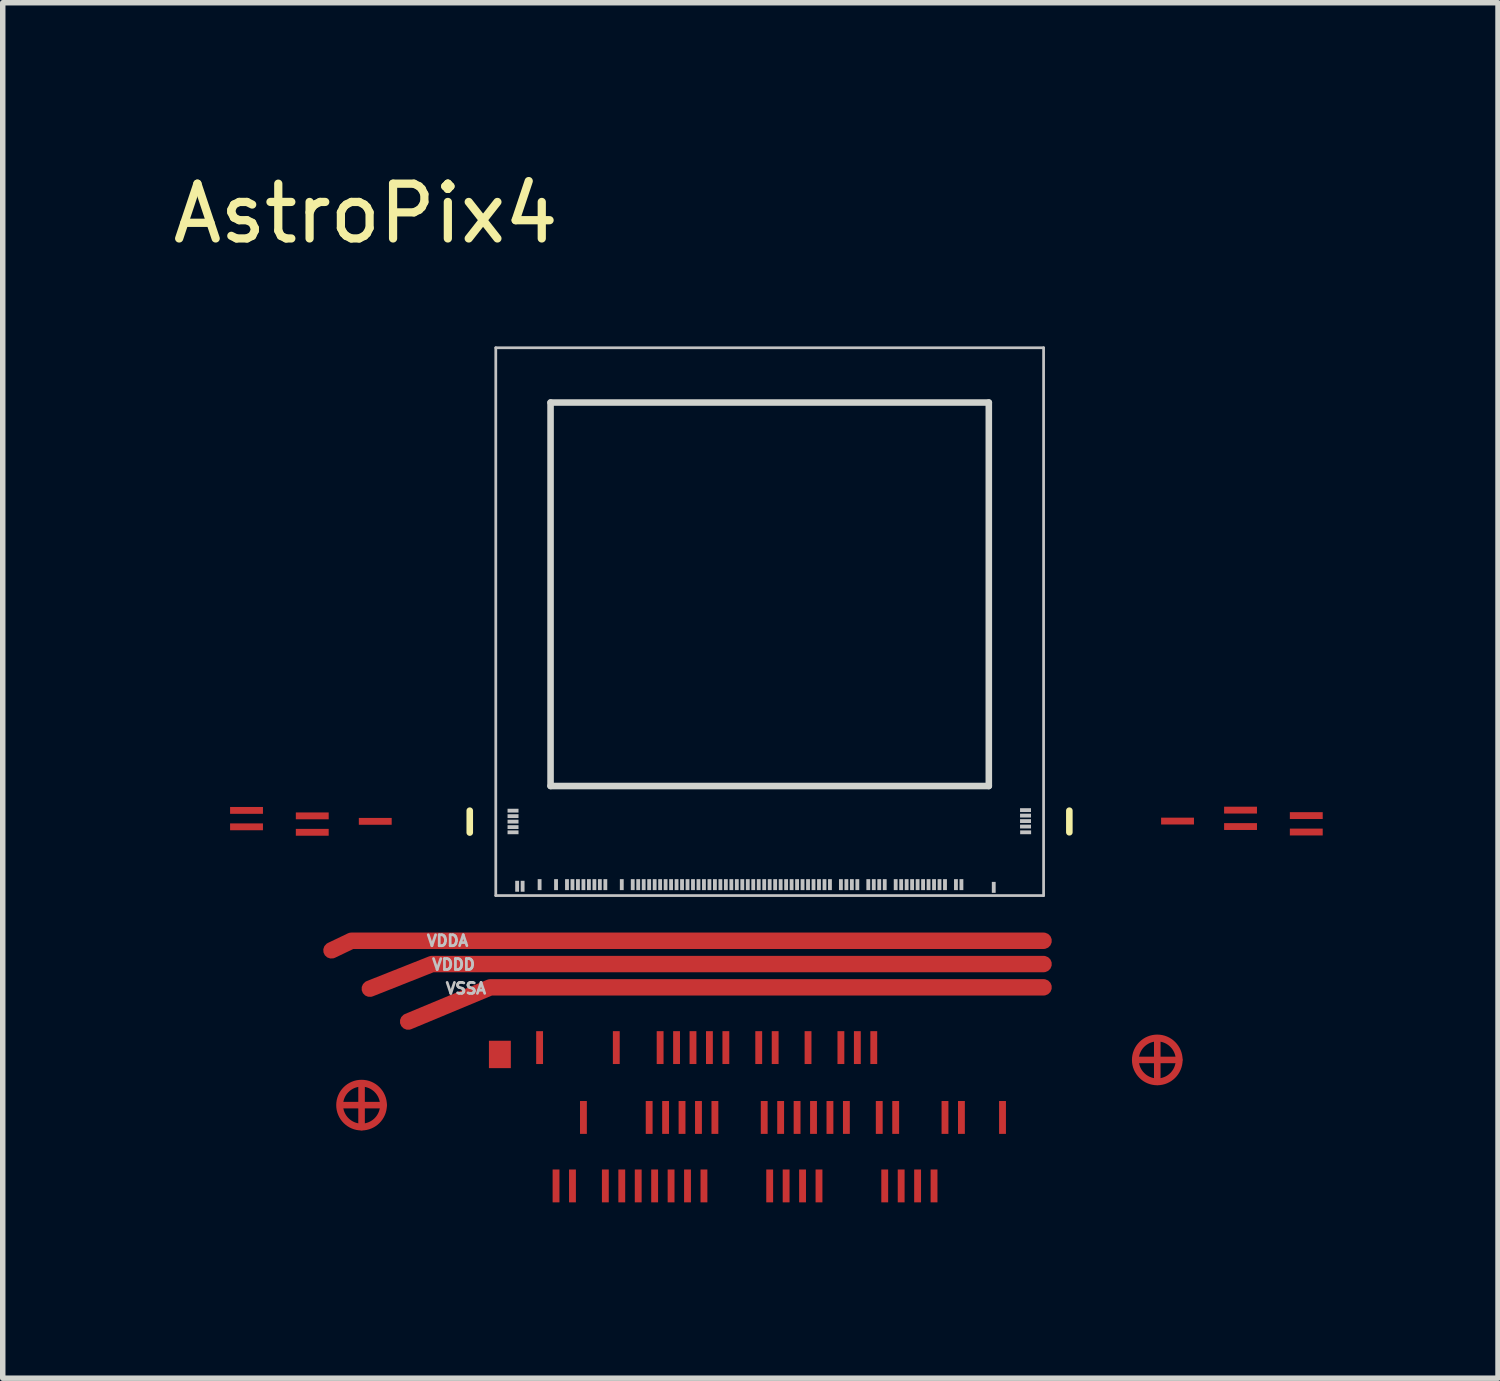
<source format=kicad_pcb>
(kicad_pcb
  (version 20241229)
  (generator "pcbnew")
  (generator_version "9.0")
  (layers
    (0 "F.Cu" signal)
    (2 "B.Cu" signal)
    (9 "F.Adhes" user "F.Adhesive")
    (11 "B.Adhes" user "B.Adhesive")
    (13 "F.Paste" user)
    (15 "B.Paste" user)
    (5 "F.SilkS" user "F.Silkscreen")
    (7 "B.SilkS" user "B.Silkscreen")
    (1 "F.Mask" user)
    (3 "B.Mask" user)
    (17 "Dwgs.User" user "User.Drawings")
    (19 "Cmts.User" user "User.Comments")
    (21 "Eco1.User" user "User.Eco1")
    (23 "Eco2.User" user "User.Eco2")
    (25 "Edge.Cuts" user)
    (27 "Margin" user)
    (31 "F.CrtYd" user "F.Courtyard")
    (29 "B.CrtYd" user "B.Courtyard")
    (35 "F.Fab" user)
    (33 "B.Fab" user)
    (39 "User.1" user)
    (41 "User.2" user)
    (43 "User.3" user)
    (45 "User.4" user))
  (footprint "AstroPix4"
    (layer "F.Cu")
    (at 6 13.298)
    (property "Reference" "AstroPix4" (at -2.375 -12.45 0) (layer "F.SilkS") (effects (font (size 1 1) (thickness 0.15))))
    (attr allow_soldermask_bridges)
    (fp_line (start -2.8 3.825) (end -2.05 3.825) (stroke (width 0.12) (type solid)) (layer "F.Cu"))
    (fp_line (start -2.45 3.475) (end -2.45 4.225) (stroke (width 0.12) (type solid)) (layer "F.Cu"))
    (fp_line (start 11.725 3) (end 12.475 3) (stroke (width 0.12) (type solid)) (layer "F.Cu"))
    (fp_line (start 12.075 2.65) (end 12.075 3.4) (stroke (width 0.12) (type solid)) (layer "F.Cu"))
    (fp_circle (center -2.45 3.825) (end -2.05 3.825) (stroke (width 0.125) (type solid)) (fill no) (layer "F.Cu"))
    (fp_circle (center 12.075 3) (end 12.475 3) (stroke (width 0.125) (type solid)) (fill no) (layer "F.Cu"))
    (fp_rect (start -0.3 2.975) (end 9.742 5.75) (stroke (width 0.12) (type solid)) (fill yes) (layer "F.Mask"))
    (fp_circle (center -2.45 3.825) (end -2.075 3.825) (stroke (width 0.2) (type solid)) (fill yes) (layer "F.Mask"))
    (fp_circle (center 12.075 3) (end 12.45 3) (stroke (width 0.2) (type solid)) (fill yes) (layer "F.Mask"))
    (fp_poly (pts (xy -1.79 -0.963) (xy -4.99 -0.963) (xy -4.99 -1.683) (xy -1.79 -1.683)) (stroke (width 0.1) (type solid)) (fill yes) (layer "F.Mask"))
    (fp_poly (pts (xy 11.15 2.9) (xy -1.15 2.9) (xy -1.15 -11.1) (xy 11.15 -11.1)) (stroke (width 0.1) (type solid)) (fill yes) (layer "F.Mask"))
    (fp_poly (pts (xy 15.245 -1.005) (xy 12.045 -1.005) (xy 12.045 -1.855) (xy 15.245 -1.855)) (stroke (width 0.1) (type solid)) (fill yes) (layer "F.Mask"))
    (fp_line (start -0.475 -1.15) (end -0.475 -1.55) (stroke (width 0.12) (type solid)) (layer "F.SilkS"))
    (fp_line (start 10.47 -1.155) (end 10.47 -1.55) (stroke (width 0.12) (type solid)) (layer "F.SilkS"))
    (fp_line (start 0 -10) (end 0 0) (stroke (width 0.05) (type solid)) (layer "Dwgs.User"))
    (fp_line (start 10 -10) (end 0 -10) (stroke (width 0.05) (type solid)) (layer "Dwgs.User"))
    (fp_line (start 10 -10) (end 10 0) (stroke (width 0.05) (type solid)) (layer "Dwgs.User"))
    (fp_line (start 10 0) (end 0 0) (stroke (width 0.05) (type solid)) (layer "Dwgs.User"))
    (fp_line (start 1 -9) (end 9 -9) (stroke (width 0.12) (type default)) (layer "Edge.Cuts"))
    (fp_line (start 1 -2) (end 1 -9) (stroke (width 0.12) (type default)) (layer "Edge.Cuts"))
    (fp_line (start 9 -9) (end 9 -2) (stroke (width 0.12) (type default)) (layer "Edge.Cuts"))
    (fp_line (start 9 -2) (end 1 -2) (stroke (width 0.12) (type default)) (layer "Edge.Cuts"))
    (fp_line (start -4.555 -1.25) (end 0.32 -1.25) (stroke (width 0.05) (type solid)) (layer "User.2"))
    (fp_line (start -4.55 -1.555) (end 0.325 -1.555) (stroke (width 0.05) (type solid)) (layer "User.2"))
    (fp_line (start -3.567 -1.451) (end 0.36 -1.45) (stroke (width 0.05) (type solid)) (layer "User.2"))
    (fp_line (start -3.562 -1.156) (end 0.365 -1.155) (stroke (width 0.05) (type solid)) (layer "User.2"))
    (fp_line (start -2.328 -1.351) (end 0.367 -1.359) (stroke (width 0.05) (type solid)) (layer "User.2"))
    (fp_line (start 0.386 -0.198) (end 0 2.7) (stroke (width 0.05) (type solid)) (layer "User.2"))
    (fp_line (start 0.481 -0.198) (end 0.2 2.7) (stroke (width 0.05) (type solid)) (layer "User.2"))
    (fp_line (start 0.8 -0.198) (end 0.8 2.7) (stroke (width 0.05) (type solid)) (layer "User.2"))
    (fp_line (start 1.1 -0.199) (end 1.1 5.3) (stroke (width 0.05) (type solid)) (layer "User.2"))
    (fp_line (start 1.3 -0.22) (end 1.3 0.83) (stroke (width 0.05) (type solid)) (layer "User.2"))
    (fp_line (start 1.4 -0.215) (end 1.4 5.3) (stroke (width 0.05) (type solid)) (layer "User.2"))
    (fp_line (start 1.5 -0.215) (end 1.5 0.835) (stroke (width 0.05) (type solid)) (layer "User.2"))
    (fp_line (start 1.6 -0.215) (end 1.6 4) (stroke (width 0.05) (type solid)) (layer "User.2"))
    (fp_line (start 1.7 -0.205) (end 1.7 1.69) (stroke (width 0.05) (type solid)) (layer "User.2"))
    (fp_line (start 1.8 -0.205) (end 1.8 1.69) (stroke (width 0.05) (type solid)) (layer "User.2"))
    (fp_line (start 1.9 -0.205) (end 1.9 0.845) (stroke (width 0.05) (type solid)) (layer "User.2"))
    (fp_line (start 2 -0.198) (end 2 5.3) (stroke (width 0.05) (type solid)) (layer "User.2"))
    (fp_line (start 2.3 -0.189) (end 2.19 2.6) (stroke (width 0.05) (type solid)) (layer "User.2"))
    (fp_line (start 2.5 -0.19) (end 2.3 5.3) (stroke (width 0.05) (type solid)) (layer "User.2"))
    (fp_line (start 2.6 -0.19) (end 2.6 5.3) (stroke (width 0.05) (type solid)) (layer "User.2"))
    (fp_line (start 2.7 -0.19) (end 2.7 1.248) (stroke (width 0.05) (type solid)) (layer "User.2"))
    (fp_line (start 2.8 -0.188) (end 2.8 4) (stroke (width 0.05) (type solid)) (layer "User.2"))
    (fp_line (start 2.9 -0.179) (end 2.9 5.3) (stroke (width 0.05) (type solid)) (layer "User.2"))
    (fp_line (start 3 -0.18) (end 3 2.62) (stroke (width 0.05) (type solid)) (layer "User.2"))
    (fp_line (start 3.1 -0.194) (end 3.1 4) (stroke (width 0.05) (type solid)) (layer "User.2"))
    (fp_line (start 3.2 -0.185) (end 3.2 5.3) (stroke (width 0.05) (type solid)) (layer "User.2"))
    (fp_line (start 3.3 -0.186) (end 3.3 2.614) (stroke (width 0.05) (type solid)) (layer "User.2"))
    (fp_line (start 3.4 -0.194) (end 3.4 4) (stroke (width 0.05) (type solid)) (layer "User.2"))
    (fp_line (start 3.5 -0.185) (end 3.5 5.3) (stroke (width 0.05) (type solid)) (layer "User.2"))
    (fp_line (start 3.6 -0.186) (end 3.6 2.614) (stroke (width 0.05) (type solid)) (layer "User.2"))
    (fp_line (start 3.7 -0.204) (end 3.7 4) (stroke (width 0.05) (type solid)) (layer "User.2"))
    (fp_line (start 3.8 -0.195) (end 3.8 5.3) (stroke (width 0.05) (type solid)) (layer "User.2"))
    (fp_line (start 3.9 -0.196) (end 3.9 2.604) (stroke (width 0.05) (type solid)) (layer "User.2"))
    (fp_line (start 4 -0.204) (end 4 4) (stroke (width 0.05) (type solid)) (layer "User.2"))
    (fp_line (start 4.1 -0.195) (end 4.1 1.28) (stroke (width 0.05) (type solid)) (layer "User.2"))
    (fp_line (start 4.2 -0.196) (end 4.2 2.604) (stroke (width 0.05) (type solid)) (layer "User.2"))
    (fp_line (start 4.3 -0.214) (end 4.3 1.7) (stroke (width 0.05) (type solid)) (layer "User.2"))
    (fp_line (start 4.4 -0.205) (end 4.4 1.7) (stroke (width 0.05) (type solid)) (layer "User.2"))
    (fp_line (start 4.5 -0.206) (end 4.5 0.83) (stroke (width 0.05) (type solid)) (layer "User.2"))
    (fp_line (start 4.6 -0.214) (end 4.6 0.83) (stroke (width 0.05) (type solid)) (layer "User.2"))
    (fp_line (start 4.8 -0.206) (end 4.8 2.594) (stroke (width 0.05) (type solid)) (layer "User.2"))
    (fp_line (start 4.905 -0.208) (end 4.905 4) (stroke (width 0.05) (type solid)) (layer "User.2"))
    (fp_line (start 5.005 -0.199) (end 4.995 5.3) (stroke (width 0.05) (type solid)) (layer "User.2"))
    (fp_line (start 5.105 -0.201) (end 5.105 2.599) (stroke (width 0.05) (type solid)) (layer "User.2"))
    (fp_line (start 5.205 -0.208) (end 5.2 4) (stroke (width 0.05) (type solid)) (layer "User.2"))
    (fp_line (start 5.305 -0.199) (end 5.295 5.3) (stroke (width 0.05) (type solid)) (layer "User.2"))
    (fp_line (start 5.4 -0.204) (end 5.4 0.84) (stroke (width 0.05) (type solid)) (layer "User.2"))
    (fp_line (start 5.505 -0.218) (end 5.505 4) (stroke (width 0.05) (type solid)) (layer "User.2"))
    (fp_line (start 5.605 -0.209) (end 5.595 5.3) (stroke (width 0.05) (type solid)) (layer "User.2"))
    (fp_line (start 5.695 -0.221) (end 5.695 2.579) (stroke (width 0.05) (type solid)) (layer "User.2"))
    (fp_line (start 5.795 -0.228) (end 5.795 4) (stroke (width 0.05) (type solid)) (layer "User.2"))
    (fp_line (start 5.895 -0.219) (end 5.9 5.3) (stroke (width 0.05) (type solid)) (layer "User.2"))
    (fp_line (start 6 -0.212) (end 6 0.832) (stroke (width 0.05) (type solid)) (layer "User.2"))
    (fp_line (start 6.1 -0.207) (end 6.1 4) (stroke (width 0.05) (type solid)) (layer "User.2"))
    (fp_line (start 6.3 -0.23) (end 6.3 2.57) (stroke (width 0.05) (type solid)) (layer "User.2"))
    (fp_line (start 6.4 -0.217) (end 6.4 4) (stroke (width 0.05) (type solid)) (layer "User.2"))
    (fp_line (start 6.5 -0.225) (end 6.5 1.68) (stroke (width 0.05) (type solid)) (layer "User.2"))
    (fp_line (start 6.6 -0.22) (end 6.6 2.58) (stroke (width 0.05) (type solid)) (layer "User.2"))
    (fp_line (start 6.8 -0.202) (end 6.8 0.842) (stroke (width 0.05) (type solid)) (layer "User.2"))
    (fp_line (start 6.897 -0.216) (end 6.897 2.584) (stroke (width 0.05) (type solid)) (layer "User.2"))
    (fp_line (start 6.997 -0.224) (end 7 4) (stroke (width 0.05) (type solid)) (layer "User.2"))
    (fp_line (start 7.098 -0.214) (end 7.1 5.3) (stroke (width 0.05) (type solid)) (layer "User.2"))
    (fp_line (start 7.3 -0.223) (end 7.3 4) (stroke (width 0.05) (type solid)) (layer "User.2"))
    (fp_line (start 7.4 -0.213) (end 7.405 5.3) (stroke (width 0.05) (type solid)) (layer "User.2"))
    (fp_line (start 7.5 -0.2) (end 7.5 1.705) (stroke (width 0.05) (type solid)) (layer "User.2"))
    (fp_line (start 7.6 -0.197) (end 7.6 0.847) (stroke (width 0.05) (type solid)) (layer "User.2"))
    (fp_line (start 7.697 -0.23) (end 7.7 5.3) (stroke (width 0.05) (type solid)) (layer "User.2"))
    (fp_line (start 7.8 -0.228) (end 7.8 1.677) (stroke (width 0.05) (type solid)) (layer "User.2"))
    (fp_line (start 7.9 -0.224) (end 7.9 0.819) (stroke (width 0.05) (type solid)) (layer "User.2"))
    (fp_line (start 7.997 -0.23) (end 8.002 5.3) (stroke (width 0.05) (type solid)) (layer "User.2"))
    (fp_line (start 8.2 -0.233) (end 8.2 4) (stroke (width 0.05) (type solid)) (layer "User.2"))
    (fp_line (start 8.4 -0.225) (end 8.4 1.25) (stroke (width 0.05) (type solid)) (layer "User.2"))
    (fp_line (start 8.5 -0.225) (end 8.5 4) (stroke (width 0.05) (type solid)) (layer "User.2"))
    (fp_line (start 9.1 -0.174) (end 9.25 4) (stroke (width 0.05) (type solid)) (layer "User.2"))
    (fp_line (start 9.685 -1.465) (end 14.56 -1.465) (stroke (width 0.05) (type solid)) (layer "User.2"))
    (fp_line (start 9.693 -1.556) (end 13.62 -1.555) (stroke (width 0.05) (type solid)) (layer "User.2"))
    (fp_line (start 9.695 -1.155) (end 14.57 -1.155) (stroke (width 0.05) (type solid)) (layer "User.2"))
    (fp_line (start 9.707 -1.261) (end 13.635 -1.26) (stroke (width 0.05) (type solid)) (layer "User.2"))
    (fp_line (start 9.713 -1.356) (end 12.408 -1.364) (stroke (width 0.05) (type solid)) (layer "User.2"))
    (fp_text user "VDDA" (at -0.88 0.825 0) (unlocked yes) (layer "Dwgs.User") (effects (font (size 0.2 0.2) (thickness 0.05))))
    (fp_text user "VDDD" (at -0.77 1.26 0) (unlocked yes) (layer "Dwgs.User") (effects (font (size 0.2 0.2) (thickness 0.05))))
    (fp_text user "VSSA" (at -0.545 1.695 0) (unlocked yes) (layer "Dwgs.User") (effects (font (size 0.2 0.2) (thickness 0.05))))
    (pad "" smd rect (at 0.315 -1.55 90) (size 0.07 0.2) (layers "Dwgs.User"))
    (pad "" smd rect (at 0.315 -1.45 90) (size 0.07 0.2) (layers "Dwgs.User"))
    (pad "" smd rect (at 0.315 -1.35 90) (size 0.07 0.2) (layers "Dwgs.User"))
    (pad "" smd rect (at 0.315 -1.25 90) (size 0.07 0.2) (layers "Dwgs.User"))
    (pad "" smd rect (at 0.315 -1.155 90) (size 0.07 0.2) (layers "Dwgs.User"))
    (pad "" smd rect (at 0.39 -0.17) (size 0.07 0.2) (layers "Dwgs.User"))
    (pad "" smd rect (at 0.49 -0.17) (size 0.07 0.2) (layers "Dwgs.User"))
    (pad "" smd rect (at 0.8 -0.2) (size 0.07 0.2) (layers "Dwgs.User"))
    (pad "" smd rect (at 1.1 -0.2) (size 0.07 0.2) (layers "Dwgs.User"))
    (pad "" smd rect (at 1.3 -0.2) (size 0.07 0.2) (layers "Dwgs.User"))
    (pad "" smd rect (at 1.4 -0.2) (size 0.07 0.2) (layers "Dwgs.User"))
    (pad "" smd rect (at 1.5 -0.2) (size 0.07 0.2) (layers "Dwgs.User"))
    (pad "" smd rect (at 1.6 -0.2) (size 0.07 0.2) (layers "Dwgs.User"))
    (pad "" smd rect (at 1.7 -0.2) (size 0.07 0.2) (layers "Dwgs.User"))
    (pad "" smd rect (at 1.8 -0.2) (size 0.07 0.2) (layers "Dwgs.User"))
    (pad "" smd rect (at 1.9 -0.2) (size 0.07 0.2) (layers "Dwgs.User"))
    (pad "" smd rect (at 2 -0.2) (size 0.07 0.2) (layers "Dwgs.User"))
    (pad "" smd rect (at 2.3 -0.2) (size 0.07 0.2) (layers "Dwgs.User"))
    (pad "" smd rect (at 2.5 -0.2) (size 0.07 0.2) (layers "Dwgs.User"))
    (pad "" smd rect (at 2.6 -0.2) (size 0.07 0.2) (layers "Dwgs.User"))
    (pad "" smd rect (at 2.7 -0.2) (size 0.07 0.2) (layers "Dwgs.User"))
    (pad "" smd rect (at 2.8 -0.2) (size 0.07 0.2) (layers "Dwgs.User"))
    (pad "" smd rect (at 2.9 -0.2) (size 0.07 0.2) (layers "Dwgs.User"))
    (pad "" smd rect (at 3 -0.2) (size 0.07 0.2) (layers "Dwgs.User"))
    (pad "" smd rect (at 3.1 -0.2) (size 0.07 0.2) (layers "Dwgs.User"))
    (pad "" smd rect (at 3.2 -0.2) (size 0.07 0.2) (layers "Dwgs.User"))
    (pad "" smd rect (at 3.3 -0.2) (size 0.07 0.2) (layers "Dwgs.User"))
    (pad "" smd rect (at 3.4 -0.2) (size 0.07 0.2) (layers "Dwgs.User"))
    (pad "" smd rect (at 3.5 -0.2) (size 0.07 0.2) (layers "Dwgs.User"))
    (pad "" smd rect (at 3.6 -0.2) (size 0.07 0.2) (layers "Dwgs.User"))
    (pad "" smd rect (at 3.7 -0.2) (size 0.07 0.2) (layers "Dwgs.User"))
    (pad "" smd rect (at 3.8 -0.2) (size 0.07 0.2) (layers "Dwgs.User"))
    (pad "" smd rect (at 3.9 -0.2) (size 0.07 0.2) (layers "Dwgs.User"))
    (pad "" smd rect (at 4 -0.2) (size 0.07 0.2) (layers "Dwgs.User"))
    (pad "" smd rect (at 4.1 -0.2) (size 0.07 0.2) (layers "Dwgs.User"))
    (pad "" smd rect (at 4.2 -0.2) (size 0.07 0.2) (layers "Dwgs.User"))
    (pad "" smd rect (at 4.3 -0.2) (size 0.07 0.2) (layers "Dwgs.User"))
    (pad "" smd rect (at 4.4 -0.2) (size 0.07 0.2) (layers "Dwgs.User"))
    (pad "" smd rect (at 4.5 -0.2) (size 0.07 0.2) (layers "Dwgs.User"))
    (pad "" smd rect (at 4.6 -0.2) (size 0.07 0.2) (layers "Dwgs.User"))
    (pad "" smd rect (at 4.7 -0.2) (size 0.07 0.2) (layers "Dwgs.User"))
    (pad "" smd rect (at 4.8 -0.2) (size 0.07 0.2) (layers "Dwgs.User"))
    (pad "" smd rect (at 4.9 -0.2) (size 0.07 0.2) (layers "Dwgs.User"))
    (pad "" smd rect (at 5 -0.2) (size 0.07 0.2) (layers "Dwgs.User"))
    (pad "" smd rect (at 5.1 -0.2) (size 0.07 0.2) (layers "Dwgs.User"))
    (pad "" smd rect (at 5.2 -0.2) (size 0.07 0.2) (layers "Dwgs.User"))
    (pad "" smd rect (at 5.3 -0.2) (size 0.07 0.2) (layers "Dwgs.User"))
    (pad "" smd rect (at 5.4 -0.2) (size 0.07 0.2) (layers "Dwgs.User"))
    (pad "" smd rect (at 5.5 -0.2) (size 0.07 0.2) (layers "Dwgs.User"))
    (pad "" smd rect (at 5.6 -0.2) (size 0.07 0.2) (layers "Dwgs.User"))
    (pad "" smd rect (at 5.7 -0.2) (size 0.07 0.2) (layers "Dwgs.User"))
    (pad "" smd rect (at 5.8 -0.2) (size 0.07 0.2) (layers "Dwgs.User"))
    (pad "" smd rect (at 5.9 -0.2) (size 0.07 0.2) (layers "Dwgs.User"))
    (pad "" smd rect (at 6 -0.2) (size 0.07 0.2) (layers "Dwgs.User"))
    (pad "" smd rect (at 6.1 -0.2) (size 0.07 0.2) (layers "Dwgs.User"))
    (pad "" smd rect (at 6.3 -0.2) (size 0.07 0.2) (layers "Dwgs.User"))
    (pad "" smd rect (at 6.4 -0.2) (size 0.07 0.2) (layers "Dwgs.User"))
    (pad "" smd rect (at 6.5 -0.2) (size 0.07 0.2) (layers "Dwgs.User"))
    (pad "" smd rect (at 6.6 -0.2) (size 0.07 0.2) (layers "Dwgs.User"))
    (pad "" smd rect (at 6.8 -0.2) (size 0.07 0.2) (layers "Dwgs.User"))
    (pad "" smd rect (at 6.9 -0.2) (size 0.07 0.2) (layers "Dwgs.User"))
    (pad "" smd rect (at 7 -0.2) (size 0.07 0.2) (layers "Dwgs.User"))
    (pad "" smd rect (at 7.1 -0.2) (size 0.07 0.2) (layers "Dwgs.User"))
    (pad "" smd rect (at 7.3 -0.2) (size 0.07 0.2) (layers "Dwgs.User"))
    (pad "" smd rect (at 7.4 -0.2) (size 0.07 0.2) (layers "Dwgs.User"))
    (pad "" smd rect (at 7.5 -0.2) (size 0.07 0.2) (layers "Dwgs.User"))
    (pad "" smd rect (at 7.6 -0.2) (size 0.07 0.2) (layers "Dwgs.User"))
    (pad "" smd rect (at 7.7 -0.2) (size 0.07 0.2) (layers "Dwgs.User"))
    (pad "" smd rect (at 7.8 -0.2) (size 0.07 0.2) (layers "Dwgs.User"))
    (pad "" smd rect (at 7.9 -0.2) (size 0.07 0.2) (layers "Dwgs.User"))
    (pad "" smd rect (at 8 -0.2) (size 0.07 0.2) (layers "Dwgs.User"))
    (pad "" smd rect (at 8.1 -0.2) (size 0.07 0.2) (layers "Dwgs.User"))
    (pad "" smd rect (at 8.2 -0.2) (size 0.07 0.2) (layers "Dwgs.User"))
    (pad "" smd rect (at 8.4 -0.2) (size 0.07 0.2) (layers "Dwgs.User"))
    (pad "" smd rect (at 8.5 -0.2) (size 0.07 0.2) (layers "Dwgs.User"))
    (pad "" smd rect (at 9.09 -0.15) (size 0.07 0.2) (layers "Dwgs.User"))
    (pad "" smd rect (at 9.67 -1.56 90) (size 0.07 0.2) (layers "Dwgs.User"))
    (pad "" smd rect (at 9.67 -1.46 90) (size 0.07 0.2) (layers "Dwgs.User"))
    (pad "" smd rect (at 9.67 -1.36 90) (size 0.07 0.2) (layers "Dwgs.User"))
    (pad "" smd rect (at 9.67 -1.26 90) (size 0.07 0.2) (layers "Dwgs.User"))
    (pad "" smd rect (at 9.672 -1.155 90) (size 0.07 0.2) (layers "Dwgs.User"))
    (pad "B1" smd rect (at 0.075 2.9) (size 0.4 0.5) (layers "F.Cu" "F.Mask" "F.Paste"))
    (pad "B3" smd rect (at 0.8 2.775) (size 0.125 0.6) (layers "F.Cu" "F.Mask" "F.Paste"))
    (pad "B4" smd rect (at 1.1 5.3) (size 0.125 0.6) (layers "F.Cu" "F.Mask" "F.Paste"))
    (pad "B6" smd rect (at 1.4 5.3) (size 0.125 0.6) (layers "F.Cu" "F.Mask" "F.Paste"))
    (pad "B8" smd rect (at 1.6 4.05) (size 0.125 0.6) (layers "F.Cu" "F.Mask" "F.Paste"))
    (pad "B12" smd rect (at 2 5.3) (size 0.125 0.6) (layers "F.Cu" "F.Mask" "F.Paste"))
    (pad "B13" smd rect (at 2.2 2.775) (size 0.125 0.6) (layers "F.Cu" "F.Mask" "F.Paste"))
    (pad "B14" smd rect (at 2.3 5.3) (size 0.125 0.6) (layers "F.Cu" "F.Mask" "F.Paste"))
    (pad "B15" smd rect (at 2.6 5.3) (size 0.125 0.6) (layers "F.Cu" "F.Mask" "F.Paste"))
    (pad "B17" smd rect (at 2.8 4.05) (size 0.125 0.6) (layers "F.Cu" "F.Mask" "F.Paste"))
    (pad "B18" smd rect (at 2.9 5.3) (size 0.125 0.6) (layers "F.Cu" "F.Mask" "F.Paste"))
    (pad "B19" smd rect (at 3 2.775) (size 0.125 0.6) (layers "F.Cu" "F.Mask" "F.Paste"))
    (pad "B20" smd rect (at 3.1 4.05) (size 0.125 0.6) (layers "F.Cu" "F.Mask" "F.Paste"))
    (pad "B21" smd rect (at 3.2 5.3) (size 0.125 0.6) (layers "F.Cu" "F.Mask" "F.Paste"))
    (pad "B22" smd rect (at 3.3 2.775) (size 0.125 0.6) (layers "F.Cu" "F.Mask" "F.Paste"))
    (pad "B23" smd rect (at 3.4 4.05) (size 0.125 0.6) (layers "F.Cu" "F.Mask" "F.Paste"))
    (pad "B24" smd rect (at 3.5 5.3) (size 0.125 0.6) (layers "F.Cu" "F.Mask" "F.Paste"))
    (pad "B25" smd rect (at 3.6 2.775) (size 0.125 0.6) (layers "F.Cu" "F.Mask" "F.Paste"))
    (pad "B26" smd rect (at 3.7 4.05) (size 0.125 0.6) (layers "F.Cu" "F.Mask" "F.Paste"))
    (pad "B27" smd rect (at 3.8 5.3) (size 0.125 0.6) (layers "F.Cu" "F.Mask" "F.Paste"))
    (pad "B28" smd rect (at 3.9 2.775) (size 0.125 0.6) (layers "F.Cu" "F.Mask" "F.Paste"))
    (pad "B29" smd rect (at 4 4.05) (size 0.125 0.6) (layers "F.Cu" "F.Mask" "F.Paste"))
    (pad "B31" smd rect (at 4.2 2.775) (size 0.125 0.6) (layers "F.Cu" "F.Mask" "F.Paste"))
    (pad "B37" smd rect (at 4.8 2.775) (size 0.125 0.6) (layers "F.Cu" "F.Mask" "F.Paste"))
    (pad "B38" smd rect (at 4.9 4.05) (size 0.125 0.6) (layers "F.Cu" "F.Mask" "F.Paste"))
    (pad "B39" smd rect (at 5 5.3) (size 0.125 0.6) (layers "F.Cu" "F.Mask" "F.Paste"))
    (pad "B40" smd rect (at 5.1 2.775) (size 0.125 0.6) (layers "F.Cu" "F.Mask" "F.Paste"))
    (pad "B41" smd rect (at 5.2 4.05) (size 0.125 0.6) (layers "F.Cu" "F.Mask" "F.Paste"))
    (pad "B42" smd rect (at 5.3 5.3) (size 0.125 0.6) (layers "F.Cu" "F.Mask" "F.Paste"))
    (pad "B44" smd rect (at 5.5 4.05) (size 0.125 0.6) (layers "F.Cu" "F.Mask" "F.Paste"))
    (pad "B45" smd rect (at 5.6 5.3) (size 0.125 0.6) (layers "F.Cu" "F.Mask" "F.Paste"))
    (pad "B46" smd rect (at 5.7 2.775) (size 0.125 0.6) (layers "F.Cu" "F.Mask" "F.Paste"))
    (pad "B47" smd rect (at 5.8 4.05) (size 0.125 0.6) (layers "F.Cu" "F.Mask" "F.Paste"))
    (pad "B48" smd rect (at 5.9 5.3) (size 0.125 0.6) (layers "F.Cu" "F.Mask" "F.Paste"))
    (pad "B50" smd rect (at 6.1 4.05) (size 0.125 0.6) (layers "F.Cu" "F.Mask" "F.Paste"))
    (pad "B51" smd rect (at 6.3 2.775) (size 0.125 0.6) (layers "F.Cu" "F.Mask" "F.Paste"))
    (pad "B52" smd rect (at 6.4 4.05) (size 0.125 0.6) (layers "F.Cu" "F.Mask" "F.Paste"))
    (pad "B54" smd rect (at 6.6 2.775) (size 0.125 0.6) (layers "F.Cu" "F.Mask" "F.Paste"))
    (pad "B56" smd rect (at 6.9 2.775) (size 0.125 0.6) (layers "F.Cu" "F.Mask" "F.Paste"))
    (pad "B57" smd rect (at 7 4.05) (size 0.125 0.6) (layers "F.Cu" "F.Mask" "F.Paste"))
    (pad "B58" smd rect (at 7.1 5.3) (size 0.125 0.6) (layers "F.Cu" "F.Mask" "F.Paste"))
    (pad "B59" smd rect (at 7.3 4.05) (size 0.125 0.6) (layers "F.Cu" "F.Mask" "F.Paste"))
    (pad "B60" smd rect (at 7.4 5.3) (size 0.125 0.6) (layers "F.Cu" "F.Mask" "F.Paste"))
    (pad "B63" smd rect (at 7.7 5.3) (size 0.125 0.6) (layers "F.Cu" "F.Mask" "F.Paste"))
    (pad "B66" smd rect (at 8 5.3) (size 0.125 0.6) (layers "F.Cu" "F.Mask" "F.Paste"))
    (pad "B68" smd rect (at 8.2 4.05) (size 0.125 0.6) (layers "F.Cu" "F.Mask" "F.Paste"))
    (pad "B70" smd rect (at 8.5 4.05) (size 0.125 0.6) (layers "F.Cu" "F.Mask" "F.Paste"))
    (pad "B71" smd rect (at 9.25 4.05) (size 0.125 0.6) (layers "F.Cu" "F.Mask" "F.Paste"))
    (pad "L1" smd rect (at -4.55 -1.555 270) (size 0.125 0.6) (layers "F.Cu" "F.Mask" "F.Paste"))
    (pad "L2" smd rect (at -3.35 -1.455 270) (size 0.125 0.6) (layers "F.Cu" "F.Mask" "F.Paste"))
    (pad "L3" smd rect (at -2.2 -1.355 270) (size 0.125 0.6) (layers "F.Cu" "F.Mask" "F.Paste"))
    (pad "L4" smd rect (at -4.55 -1.255 270) (size 0.125 0.6) (layers "F.Cu" "F.Mask" "F.Paste"))
    (pad "L5" smd rect (at -3.35 -1.155 270) (size 0.125 0.6) (layers "F.Cu" "F.Mask" "F.Paste"))
    (pad "R1" smd rect (at 14.795 -1.16 90) (size 0.125 0.6) (layers "F.Cu" "F.Mask" "F.Paste"))
    (pad "R2" smd rect (at 13.595 -1.26 90) (size 0.125 0.6) (layers "F.Cu" "F.Mask" "F.Paste"))
    (pad "R3" smd rect (at 12.445 -1.36 90) (size 0.125 0.6) (layers "F.Cu" "F.Mask" "F.Paste"))
    (pad "R4" smd rect (at 14.795 -1.46 90) (size 0.125 0.6) (layers "F.Cu" "F.Mask" "F.Paste"))
    (pad "R5" smd rect (at 13.595 -1.56 90) (size 0.125 0.6) (layers "F.Cu" "F.Mask" "F.Paste"))
    (pad "VDDA_Ring" smd custom (at -2 0.8) (size 0.6 0.2) (layers "F.Cu" "F.Mask" "F.Paste") (options (anchor rect)) (primitives (gr_line (start -0.635 0.025) (end 12 0.025) (width 0.3)) (gr_line (start -1 0.2) (end -0.635 0.025) (width 0.3))))
    (pad "VDDD_Ring" smd custom (at -0.9 1.25) (size 0.6 0.2) (layers "F.Cu" "F.Mask" "F.Paste") (options (anchor rect)) (primitives (gr_line (start -1.4 0.45) (end -0.265 0) (width 0.3)) (gr_line (start -0.265 0) (end 10.9 0) (width 0.3))))
    (pad "VSSA_Ring" smd custom (at 0.3 1.65) (size 0.6 0.2) (layers "F.Cu" "F.Mask" "F.Paste") (options (anchor rect)) (primitives (gr_line (start -1.9 0.65) (end -0.4 0.025) (width 0.3)) (gr_line (start -0.4 0.025) (end 9.7 0.025) (width 0.3)))))
  (gr_rect
    (start -3 -3)
    (end 24.295 22.108)
    (stroke (width 0.1) (type default))
    (fill no)
    (layer "Edge.Cuts")))
</source>
